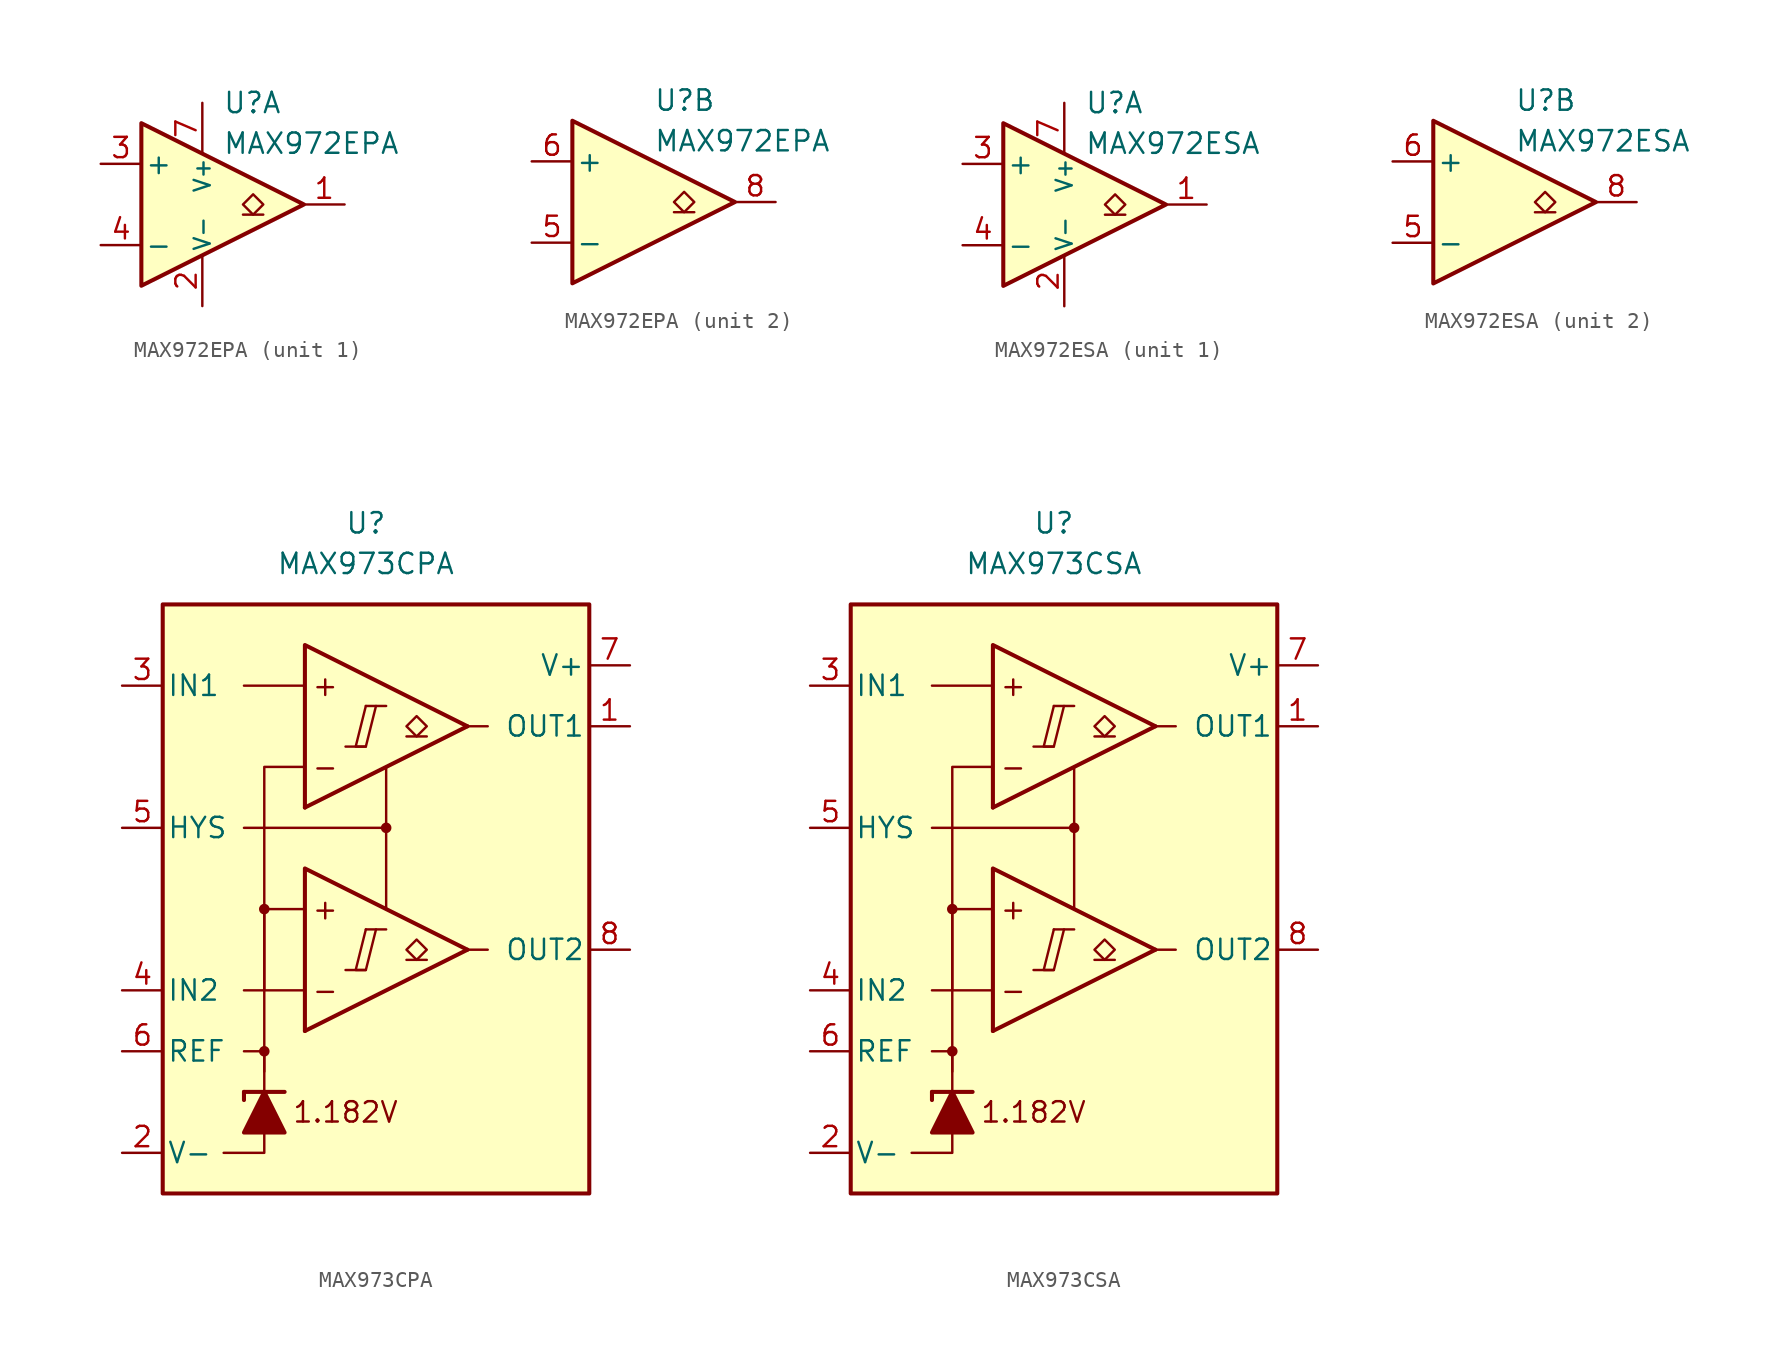
<source format=kicad_sym>
(kicad_symbol_lib
  (version 20231120)
  (generator "kicad_symbol_editor")
  (generator_version "8.0")
  (symbol "MAX972EPA"
    (pin_names
      (offset 0.2))
    (property "Reference" "U"
      (at 1.27 6.35 0)
      (effects (font (size 1.27 1.27)) (justify left)))
    (property "Value" "MAX972EPA"
      (at 1.27 3.81 0)
      (effects (font (size 1.27 1.27)) (justify left)))
    (property "ki_locked" ""
      (at 0 0 0)
      (effects (font (size 1.27 1.27))))
    (symbol "MAX972EPA_0_1"
      (polyline (pts (xy -3.81 5.08) (xy -3.81 -5.08) (xy 6.35 0) (xy -3.81 5.08)) (stroke (width 0.254) (type default)) (fill (type background))))
    (symbol "MAX972EPA_1_1"
      (polyline (pts (xy 3.81 -0.635) (xy 2.54 -0.635)) (stroke (width 0.152) (type default)) (fill (type none)))
      (polyline (pts (xy 3.175 -0.635) (xy 2.54 0) (xy 3.175 0.635) (xy 3.81 0) (xy 3.175 -0.635)) (stroke (width 0.152) (type default)) (fill (type none)))
      (pin output line (at 8.89 0 180) (length 2.54) (name "~" (effects (font (size 1.27 1.27)))) (number "1" (effects (font (size 1.27 1.27)))))
      (pin power_in line (at 0 -6.35 90) (length 3.18) (name "V-" (effects (font (size 1 1)))) (number "2" (effects (font (size 1.27 1.27)))))
      (pin input line (at -6.35 2.54 0) (length 2.54) (name "+" (effects (font (size 1.27 1.27)))) (number "3" (effects (font (size 1.27 1.27)))))
      (pin input line (at -6.35 -2.54 0) (length 2.54) (name "-" (effects (font (size 1.27 1.27)))) (number "4" (effects (font (size 1.27 1.27)))))
      (pin power_in line (at 0 6.35 270) (length 3.18) (name "V+" (effects (font (size 1 1)))) (number "7" (effects (font (size 1.27 1.27))))))
    (symbol "MAX972EPA_2_1"
      (polyline (pts (xy 3.81 -0.635) (xy 2.54 -0.635)) (stroke (width 0.152) (type default)) (fill (type none)))
      (polyline (pts (xy 3.175 -0.635) (xy 2.54 0) (xy 3.175 0.635) (xy 3.81 0) (xy 3.175 -0.635)) (stroke (width 0.152) (type default)) (fill (type none)))
      (pin input line (at -6.35 -2.54 0) (length 2.54) (name "-" (effects (font (size 1.27 1.27)))) (number "5" (effects (font (size 1.27 1.27)))))
      (pin input line (at -6.35 2.54 0) (length 2.54) (name "+" (effects (font (size 1.27 1.27)))) (number "6" (effects (font (size 1.27 1.27)))))
      (pin output line (at 8.89 0 180) (length 2.54) (name "~" (effects (font (size 1.27 1.27)))) (number "8" (effects (font (size 1.27 1.27)))))))
  (symbol "MAX972ESA"
    (pin_names
      (offset 0.2))
    (property "Reference" "U"
      (at 1.27 6.35 0)
      (effects (font (size 1.27 1.27)) (justify left)))
    (property "Value" "MAX972ESA"
      (at 1.27 3.81 0)
      (effects (font (size 1.27 1.27)) (justify left)))
    (property "ki_locked" ""
      (at 0 0 0)
      (effects (font (size 1.27 1.27))))
    (symbol "MAX972ESA_0_1"
      (polyline (pts (xy -3.81 5.08) (xy -3.81 -5.08) (xy 6.35 0) (xy -3.81 5.08)) (stroke (width 0.254) (type default)) (fill (type background))))
    (symbol "MAX972ESA_1_1"
      (polyline (pts (xy 3.81 -0.635) (xy 2.54 -0.635)) (stroke (width 0.152) (type default)) (fill (type none)))
      (polyline (pts (xy 3.175 -0.635) (xy 2.54 0) (xy 3.175 0.635) (xy 3.81 0) (xy 3.175 -0.635)) (stroke (width 0.152) (type default)) (fill (type none)))
      (pin output line (at 8.89 0 180) (length 2.54) (name "~" (effects (font (size 1.27 1.27)))) (number "1" (effects (font (size 1.27 1.27)))))
      (pin power_in line (at 0 -6.35 90) (length 3.18) (name "V-" (effects (font (size 1 1)))) (number "2" (effects (font (size 1.27 1.27)))))
      (pin input line (at -6.35 2.54 0) (length 2.54) (name "+" (effects (font (size 1.27 1.27)))) (number "3" (effects (font (size 1.27 1.27)))))
      (pin input line (at -6.35 -2.54 0) (length 2.54) (name "-" (effects (font (size 1.27 1.27)))) (number "4" (effects (font (size 1.27 1.27)))))
      (pin power_in line (at 0 6.35 270) (length 3.18) (name "V+" (effects (font (size 1 1)))) (number "7" (effects (font (size 1.27 1.27))))))
    (symbol "MAX972ESA_2_1"
      (polyline (pts (xy 3.81 -0.635) (xy 2.54 -0.635)) (stroke (width 0.152) (type default)) (fill (type none)))
      (polyline (pts (xy 3.175 -0.635) (xy 2.54 0) (xy 3.175 0.635) (xy 3.81 0) (xy 3.175 -0.635)) (stroke (width 0.152) (type default)) (fill (type none)))
      (pin input line (at -6.35 -2.54 0) (length 2.54) (name "-" (effects (font (size 1.27 1.27)))) (number "5" (effects (font (size 1.27 1.27)))))
      (pin input line (at -6.35 2.54 0) (length 2.54) (name "+" (effects (font (size 1.27 1.27)))) (number "6" (effects (font (size 1.27 1.27)))))
      (pin output line (at 8.89 0 180) (length 2.54) (name "~" (effects (font (size 1.27 1.27)))) (number "8" (effects (font (size 1.27 1.27)))))))
  (symbol "MAX973CPA"
    (pin_names
      (offset 0.254))
    (property "Reference" "U"
      (at -1.27 22.86 0)
      (effects (font (size 1.27 1.27))))
    (property "Value" "MAX973CPA"
      (at -1.27 20.32 0)
      (effects (font (size 1.27 1.27))))
    (symbol "MAX973CPA_0_0"
      (rectangle (start -13.97 17.78) (end 12.7 -19.05) (stroke (width 0.254) (type default)) (fill (type background)))
      (circle (center -7.62 -10.16) (radius 0.254) (stroke (width 0.152) (type default)) (fill (type outline)))
      (circle (center -7.62 -1.27) (radius 0.254) (stroke (width 0.152) (type default)) (fill (type outline)))
      (polyline (pts (xy -2.54 -5.08) (xy -1.27 -5.08)) (stroke (width 0.152) (type default)) (fill (type none)))
      (polyline (pts (xy -2.54 8.89) (xy -1.27 8.89)) (stroke (width 0.152) (type default)) (fill (type none)))
      (polyline (pts (xy -1.27 -2.54) (xy 0 -2.54)) (stroke (width 0.152) (type default)) (fill (type none)))
      (polyline (pts (xy -1.27 11.43) (xy 0 11.43)) (stroke (width 0.152) (type default)) (fill (type none)))
      (polyline (pts (xy 5.08 -3.81) (xy -5.08 -8.89)) (stroke (width 0.254) (type default)) (fill (type none)))
      (polyline (pts (xy 5.08 10.16) (xy -5.08 5.08)) (stroke (width 0.254) (type default)) (fill (type none)))
      (polyline (pts (xy 5.08 -3.81) (xy -5.08 1.27) (xy -5.08 -8.89)) (stroke (width 0.254) (type default)) (fill (type background)))
      (polyline (pts (xy 5.08 10.16) (xy -5.08 15.24) (xy -5.08 5.08)) (stroke (width 0.254) (type default)) (fill (type background)))
      (polyline (pts (xy -1.27 -2.54) (xy -1.905 -5.08) (xy -1.27 -5.08) (xy -0.635 -2.54)) (stroke (width 0.152) (type default)) (fill (type none)))
      (polyline (pts (xy -1.27 11.43) (xy -1.905 8.89) (xy -1.27 8.89) (xy -0.635 11.43)) (stroke (width 0.152) (type default)) (fill (type none)))
      (circle (center 0 3.81) (radius 0.254) (stroke (width 0.152) (type default)) (fill (type outline)))
      (text "+" (at -3.81 -1.27 0) (effects (font (size 1.27 1.27))))
      (text "+" (at -3.81 12.7 0) (effects (font (size 1.27 1.27))))
      (text "-" (at -3.81 -6.35 0) (effects (font (size 1.27 1.27))))
      (text "-" (at -3.81 7.62 0) (effects (font (size 1.27 1.27))))
      (text "1.182V" (at -2.54 -13.97 0) (effects (font (size 1.27 1.27)))))
    (symbol "MAX973CPA_0_1"
      (polyline (pts (xy -8.89 -12.7) (xy -8.89 -13.208)) (stroke (width 0.254) (type default)) (fill (type none)))
      (polyline (pts (xy -8.89 -12.7) (xy -6.35 -12.7)) (stroke (width 0.254) (type default)) (fill (type none)))
      (polyline (pts (xy -5.08 -6.35) (xy -8.89 -6.35)) (stroke (width 0) (type default)) (fill (type none)))
      (polyline (pts (xy -5.08 12.7) (xy -8.89 12.7)) (stroke (width 0) (type default)) (fill (type none)))
      (polyline (pts (xy 0 3.81) (xy 0 -1.27)) (stroke (width 0) (type default)) (fill (type none)))
      (polyline (pts (xy 5.08 -3.81) (xy 6.35 -3.81)) (stroke (width 0) (type default)) (fill (type none)))
      (polyline (pts (xy 5.08 10.16) (xy 6.35 10.16)) (stroke (width 0) (type default)) (fill (type none)))
      (polyline (pts (xy -7.62 -15.24) (xy -7.62 -16.51) (xy -10.16 -16.51)) (stroke (width 0) (type default)) (fill (type none)))
      (polyline (pts (xy -7.62 -12.7) (xy -7.62 -10.16) (xy -8.89 -10.16)) (stroke (width 0) (type default)) (fill (type none)))
      (polyline (pts (xy -7.62 -11.43) (xy -7.62 -1.27) (xy -5.08 -1.27)) (stroke (width 0) (type default)) (fill (type none)))
      (polyline (pts (xy -7.62 -6.35) (xy -7.62 7.62) (xy -5.08 7.62)) (stroke (width 0) (type default)) (fill (type none)))
      (polyline (pts (xy 0 7.62) (xy 0 3.81) (xy -8.89 3.81)) (stroke (width 0) (type default)) (fill (type none)))
      (polyline (pts (xy -6.35 -15.24) (xy -8.89 -15.24) (xy -7.62 -12.7) (xy -6.35 -15.24)) (stroke (width 0.254) (type default)) (fill (type outline))))
    (symbol "MAX973CPA_1_1"
      (polyline (pts (xy 2.54 -4.445) (xy 1.27 -4.445)) (stroke (width 0.152) (type default)) (fill (type none)))
      (polyline (pts (xy 2.54 9.525) (xy 1.27 9.525)) (stroke (width 0.152) (type default)) (fill (type none)))
      (polyline (pts (xy 1.905 -4.445) (xy 1.27 -3.81) (xy 1.905 -3.175) (xy 2.54 -3.81) (xy 1.905 -4.445)) (stroke (width 0.152) (type default)) (fill (type none)))
      (polyline (pts (xy 1.905 9.525) (xy 1.27 10.16) (xy 1.905 10.795) (xy 2.54 10.16) (xy 1.905 9.525)) (stroke (width 0.152) (type default)) (fill (type none)))
      (pin output line (at 15.24 10.16 180) (length 2.54) (name "OUT1" (effects (font (size 1.27 1.27)))) (number "1" (effects (font (size 1.27 1.27)))))
      (pin power_in line (at -16.51 -16.51 0) (length 2.54) (name "V-" (effects (font (size 1.27 1.27)))) (number "2" (effects (font (size 1.27 1.27)))))
      (pin input line (at -16.51 12.7 0) (length 2.54) (name "IN1" (effects (font (size 1.27 1.27)))) (number "3" (effects (font (size 1.27 1.27)))))
      (pin input line (at -16.51 -6.35 0) (length 2.54) (name "IN2" (effects (font (size 1.27 1.27)))) (number "4" (effects (font (size 1.27 1.27)))))
      (pin input line (at -16.51 3.81 0) (length 2.54) (name "HYS" (effects (font (size 1.27 1.27)))) (number "5" (effects (font (size 1.27 1.27)))))
      (pin output line (at -16.51 -10.16 0) (length 2.54) (name "REF" (effects (font (size 1.27 1.27)))) (number "6" (effects (font (size 1.27 1.27)))))
      (pin power_in line (at 15.24 13.97 180) (length 2.54) (name "V+" (effects (font (size 1.27 1.27)))) (number "7" (effects (font (size 1.27 1.27)))))
      (pin output line (at 15.24 -3.81 180) (length 2.54) (name "OUT2" (effects (font (size 1.27 1.27)))) (number "8" (effects (font (size 1.27 1.27)))))))
  (symbol "MAX973CSA"
    (pin_names
      (offset 0.254))
    (property "Reference" "U"
      (at -1.27 22.86 0)
      (effects (font (size 1.27 1.27))))
    (property "Value" "MAX973CSA"
      (at -1.27 20.32 0)
      (effects (font (size 1.27 1.27))))
    (symbol "MAX973CSA_0_0"
      (rectangle (start -13.97 17.78) (end 12.7 -19.05) (stroke (width 0.254) (type default)) (fill (type background)))
      (circle (center -7.62 -10.16) (radius 0.254) (stroke (width 0.152) (type default)) (fill (type outline)))
      (circle (center -7.62 -1.27) (radius 0.254) (stroke (width 0.152) (type default)) (fill (type outline)))
      (polyline (pts (xy -2.54 -5.08) (xy -1.27 -5.08)) (stroke (width 0.152) (type default)) (fill (type none)))
      (polyline (pts (xy -2.54 8.89) (xy -1.27 8.89)) (stroke (width 0.152) (type default)) (fill (type none)))
      (polyline (pts (xy -1.27 -2.54) (xy 0 -2.54)) (stroke (width 0.152) (type default)) (fill (type none)))
      (polyline (pts (xy -1.27 11.43) (xy 0 11.43)) (stroke (width 0.152) (type default)) (fill (type none)))
      (polyline (pts (xy 5.08 -3.81) (xy -5.08 -8.89)) (stroke (width 0.254) (type default)) (fill (type none)))
      (polyline (pts (xy 5.08 10.16) (xy -5.08 5.08)) (stroke (width 0.254) (type default)) (fill (type none)))
      (polyline (pts (xy 5.08 -3.81) (xy -5.08 1.27) (xy -5.08 -8.89)) (stroke (width 0.254) (type default)) (fill (type background)))
      (polyline (pts (xy 5.08 10.16) (xy -5.08 15.24) (xy -5.08 5.08)) (stroke (width 0.254) (type default)) (fill (type background)))
      (polyline (pts (xy -1.27 -2.54) (xy -1.905 -5.08) (xy -1.27 -5.08) (xy -0.635 -2.54)) (stroke (width 0.152) (type default)) (fill (type none)))
      (polyline (pts (xy -1.27 11.43) (xy -1.905 8.89) (xy -1.27 8.89) (xy -0.635 11.43)) (stroke (width 0.152) (type default)) (fill (type none)))
      (circle (center 0 3.81) (radius 0.254) (stroke (width 0.152) (type default)) (fill (type outline)))
      (text "+" (at -3.81 -1.27 0) (effects (font (size 1.27 1.27))))
      (text "+" (at -3.81 12.7 0) (effects (font (size 1.27 1.27))))
      (text "-" (at -3.81 -6.35 0) (effects (font (size 1.27 1.27))))
      (text "-" (at -3.81 7.62 0) (effects (font (size 1.27 1.27))))
      (text "1.182V" (at -2.54 -13.97 0) (effects (font (size 1.27 1.27)))))
    (symbol "MAX973CSA_0_1"
      (polyline (pts (xy -8.89 -12.7) (xy -8.89 -13.208)) (stroke (width 0.254) (type default)) (fill (type none)))
      (polyline (pts (xy -8.89 -12.7) (xy -6.35 -12.7)) (stroke (width 0.254) (type default)) (fill (type none)))
      (polyline (pts (xy -5.08 -6.35) (xy -8.89 -6.35)) (stroke (width 0) (type default)) (fill (type none)))
      (polyline (pts (xy -5.08 12.7) (xy -8.89 12.7)) (stroke (width 0) (type default)) (fill (type none)))
      (polyline (pts (xy 0 3.81) (xy 0 -1.27)) (stroke (width 0) (type default)) (fill (type none)))
      (polyline (pts (xy 5.08 -3.81) (xy 6.35 -3.81)) (stroke (width 0) (type default)) (fill (type none)))
      (polyline (pts (xy 5.08 10.16) (xy 6.35 10.16)) (stroke (width 0) (type default)) (fill (type none)))
      (polyline (pts (xy -7.62 -15.24) (xy -7.62 -16.51) (xy -10.16 -16.51)) (stroke (width 0) (type default)) (fill (type none)))
      (polyline (pts (xy -7.62 -12.7) (xy -7.62 -10.16) (xy -8.89 -10.16)) (stroke (width 0) (type default)) (fill (type none)))
      (polyline (pts (xy -7.62 -11.43) (xy -7.62 -1.27) (xy -5.08 -1.27)) (stroke (width 0) (type default)) (fill (type none)))
      (polyline (pts (xy -7.62 -6.35) (xy -7.62 7.62) (xy -5.08 7.62)) (stroke (width 0) (type default)) (fill (type none)))
      (polyline (pts (xy 0 7.62) (xy 0 3.81) (xy -8.89 3.81)) (stroke (width 0) (type default)) (fill (type none)))
      (polyline (pts (xy -6.35 -15.24) (xy -8.89 -15.24) (xy -7.62 -12.7) (xy -6.35 -15.24)) (stroke (width 0.254) (type default)) (fill (type outline))))
    (symbol "MAX973CSA_1_1"
      (polyline (pts (xy 2.54 -4.445) (xy 1.27 -4.445)) (stroke (width 0.152) (type default)) (fill (type none)))
      (polyline (pts (xy 2.54 9.525) (xy 1.27 9.525)) (stroke (width 0.152) (type default)) (fill (type none)))
      (polyline (pts (xy 1.905 -4.445) (xy 1.27 -3.81) (xy 1.905 -3.175) (xy 2.54 -3.81) (xy 1.905 -4.445)) (stroke (width 0.152) (type default)) (fill (type none)))
      (polyline (pts (xy 1.905 9.525) (xy 1.27 10.16) (xy 1.905 10.795) (xy 2.54 10.16) (xy 1.905 9.525)) (stroke (width 0.152) (type default)) (fill (type none)))
      (pin output line (at 15.24 10.16 180) (length 2.54) (name "OUT1" (effects (font (size 1.27 1.27)))) (number "1" (effects (font (size 1.27 1.27)))))
      (pin power_in line (at -16.51 -16.51 0) (length 2.54) (name "V-" (effects (font (size 1.27 1.27)))) (number "2" (effects (font (size 1.27 1.27)))))
      (pin input line (at -16.51 12.7 0) (length 2.54) (name "IN1" (effects (font (size 1.27 1.27)))) (number "3" (effects (font (size 1.27 1.27)))))
      (pin input line (at -16.51 -6.35 0) (length 2.54) (name "IN2" (effects (font (size 1.27 1.27)))) (number "4" (effects (font (size 1.27 1.27)))))
      (pin input line (at -16.51 3.81 0) (length 2.54) (name "HYS" (effects (font (size 1.27 1.27)))) (number "5" (effects (font (size 1.27 1.27)))))
      (pin output line (at -16.51 -10.16 0) (length 2.54) (name "REF" (effects (font (size 1.27 1.27)))) (number "6" (effects (font (size 1.27 1.27)))))
      (pin power_in line (at 15.24 13.97 180) (length 2.54) (name "V+" (effects (font (size 1.27 1.27)))) (number "7" (effects (font (size 1.27 1.27)))))
      (pin output line (at 15.24 -3.81 180) (length 2.54) (name "OUT2" (effects (font (size 1.27 1.27)))) (number "8" (effects (font (size 1.27 1.27))))))))
</source>
